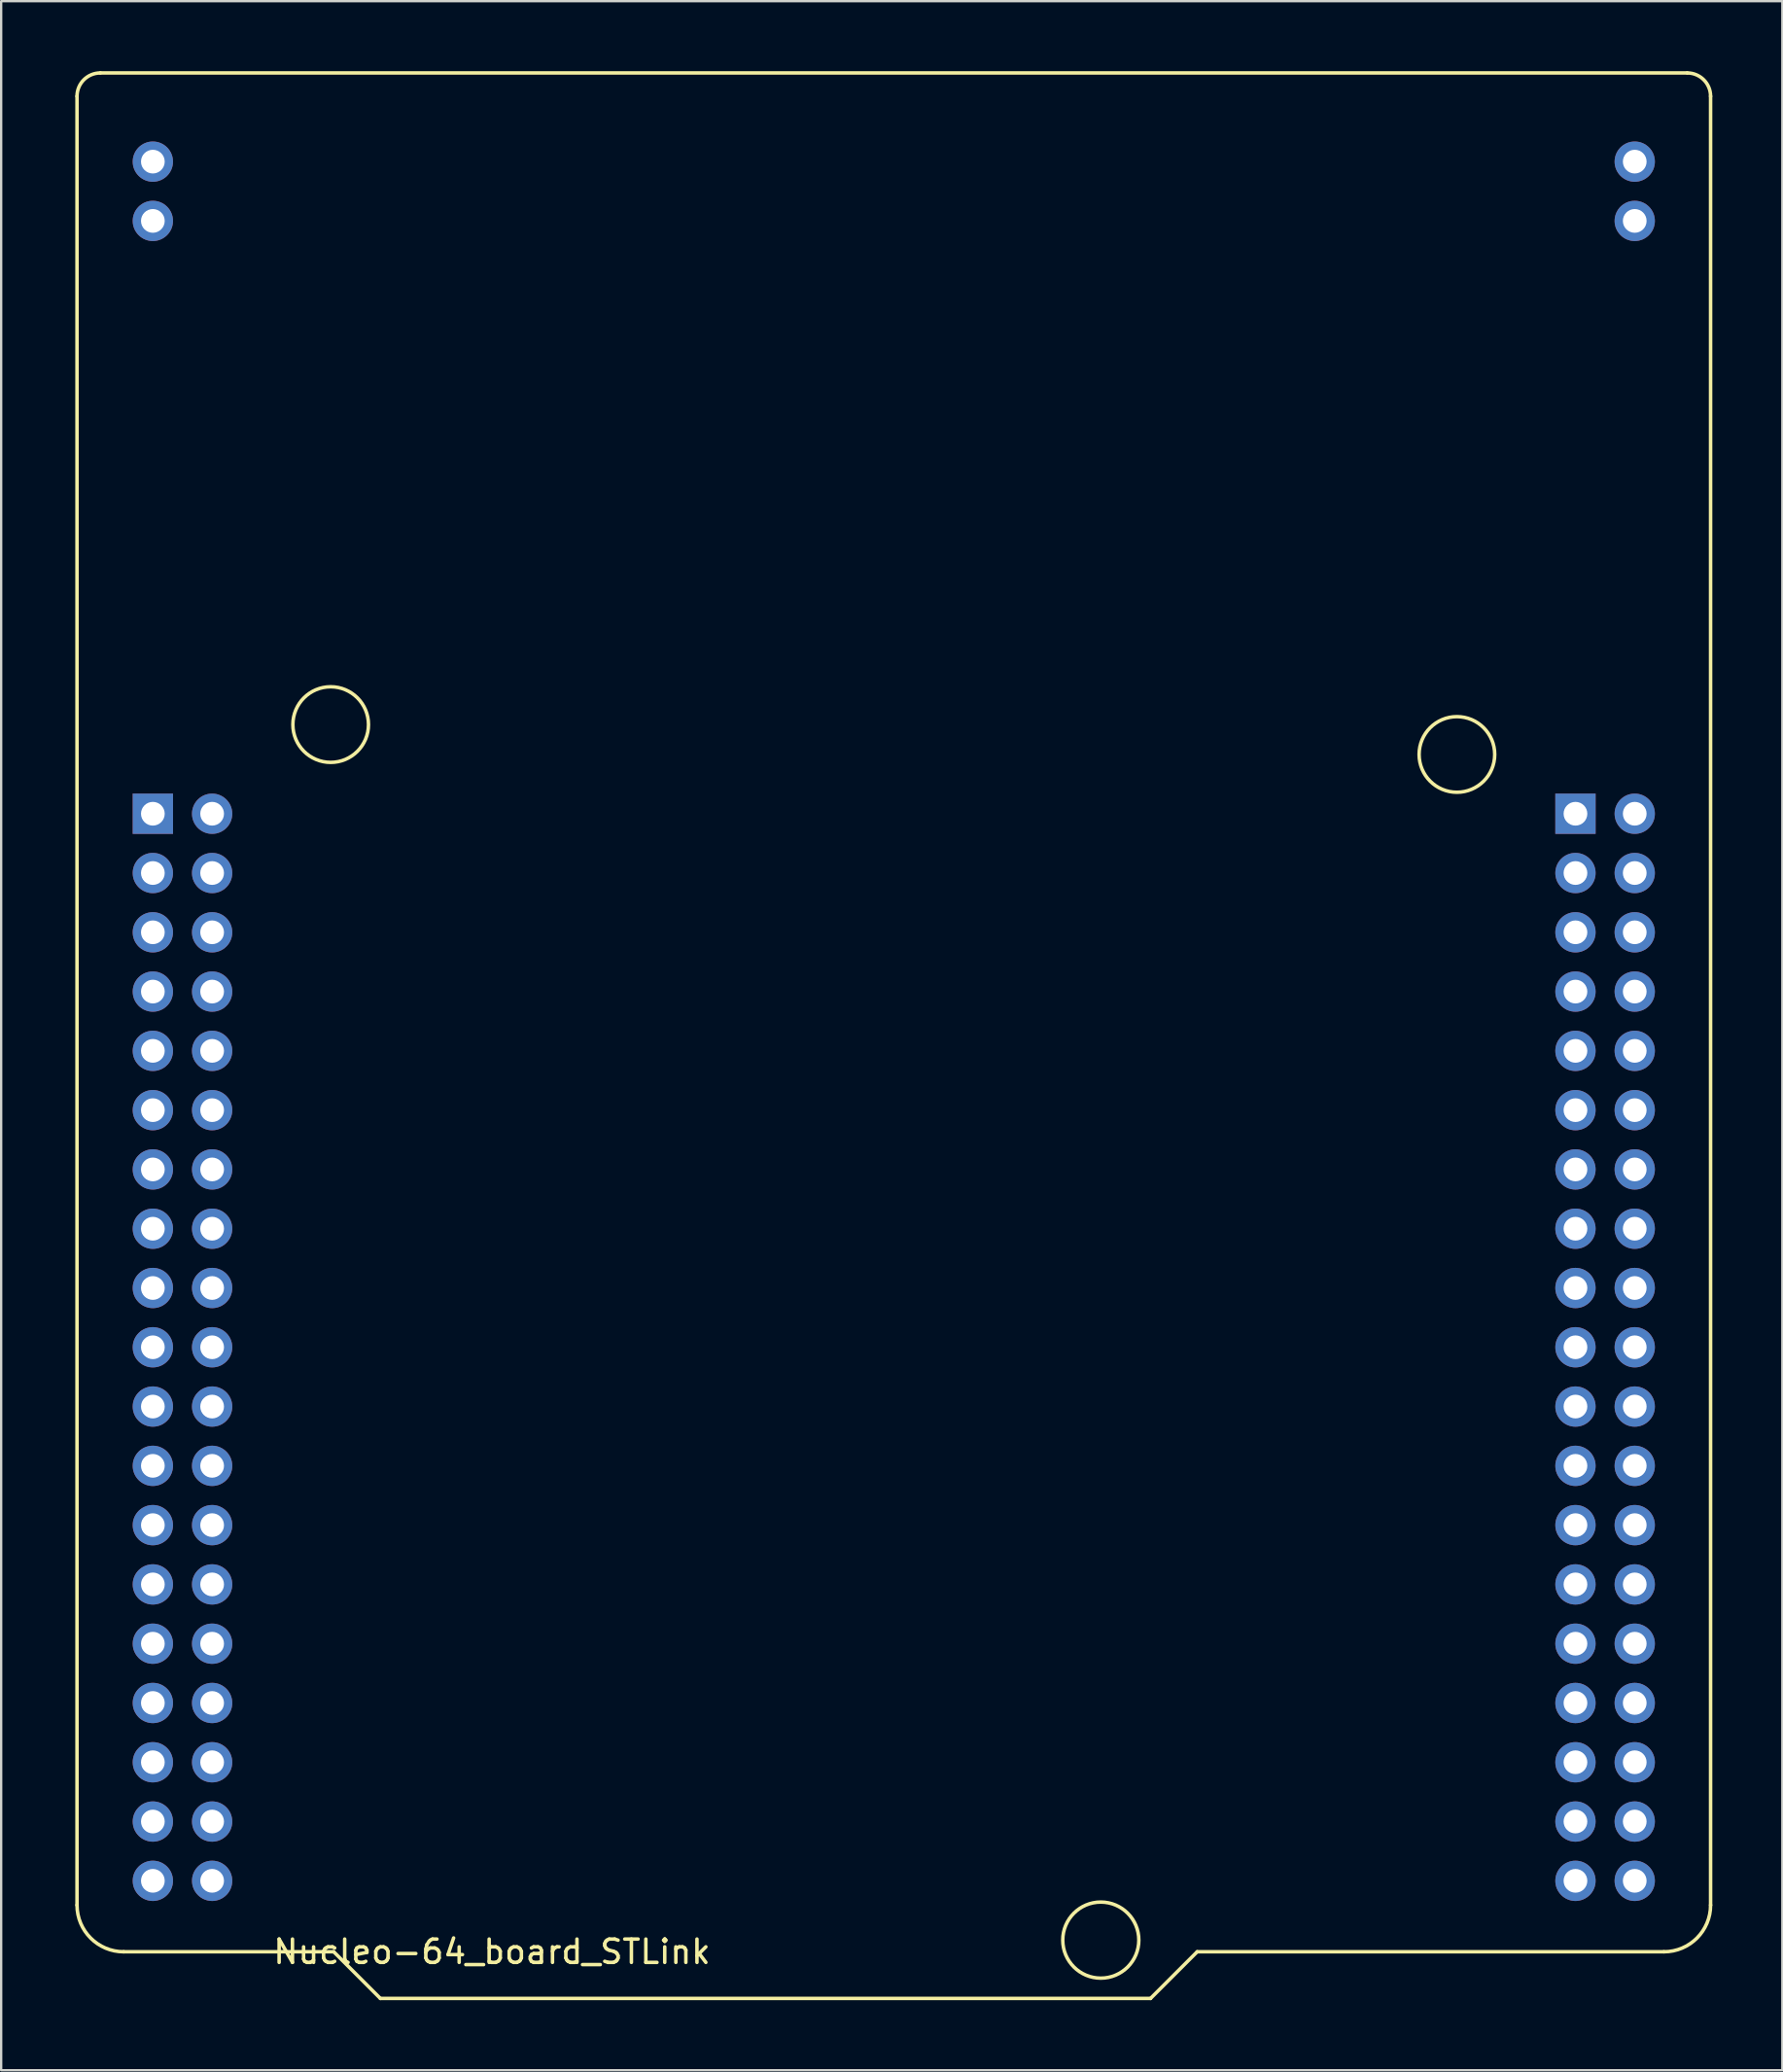
<source format=kicad_pcb>
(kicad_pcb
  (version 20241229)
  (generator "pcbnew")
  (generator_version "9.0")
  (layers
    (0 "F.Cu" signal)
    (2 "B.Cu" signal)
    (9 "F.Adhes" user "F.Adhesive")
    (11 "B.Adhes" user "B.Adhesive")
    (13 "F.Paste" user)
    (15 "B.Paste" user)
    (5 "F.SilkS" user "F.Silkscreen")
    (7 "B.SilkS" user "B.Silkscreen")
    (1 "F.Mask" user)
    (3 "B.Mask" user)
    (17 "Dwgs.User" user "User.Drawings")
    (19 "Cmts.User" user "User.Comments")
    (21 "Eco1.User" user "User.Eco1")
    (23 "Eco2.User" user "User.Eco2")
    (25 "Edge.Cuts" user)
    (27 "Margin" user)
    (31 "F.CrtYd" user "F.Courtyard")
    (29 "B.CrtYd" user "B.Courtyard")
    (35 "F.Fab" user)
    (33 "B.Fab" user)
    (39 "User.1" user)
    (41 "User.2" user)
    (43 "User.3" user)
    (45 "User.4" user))
  (footprint "Nucleo-64_board_STLink"
    (layer "F.Cu")
    (at 0.25 80.575)
    (property "Reference" "Nucleo-64_board_STLink" (at 17.78 0 0) (layer "F.SilkS") (effects (font (size 1 1) (thickness 0.15))))
    (attr through_hole)
    (fp_line (start 0 -2) (end 0 -79.5) (stroke (width 0.15) (type solid)) (layer "F.SilkS"))
    (fp_line (start 1 -80.5) (end 69 -80.5) (stroke (width 0.15) (type solid)) (layer "F.SilkS"))
    (fp_line (start 2 0) (end 11 0) (stroke (width 0.15) (type solid)) (layer "F.SilkS"))
    (fp_line (start 11 0) (end 13 2) (stroke (width 0.15) (type solid)) (layer "F.SilkS"))
    (fp_line (start 13 2) (end 46 2) (stroke (width 0.15) (type solid)) (layer "F.SilkS"))
    (fp_line (start 46 2) (end 48 0) (stroke (width 0.15) (type solid)) (layer "F.SilkS"))
    (fp_line (start 48 0) (end 68 0) (stroke (width 0.15) (type solid)) (layer "F.SilkS"))
    (fp_line (start 70 -2) (end 70 -79.5) (stroke (width 0.15) (type solid)) (layer "F.SilkS"))
    (fp_arc (start 0 -79.5) (mid 0.292893 -80.207107) (end 1 -80.5) (stroke (width 0.15) (type solid)) (layer "F.SilkS"))
    (fp_arc (start 2 0) (mid 0.585786 -0.585786) (end 0 -2) (stroke (width 0.15) (type solid)) (layer "F.SilkS"))
    (fp_arc (start 69 -80.5) (mid 69.707107 -80.207107) (end 70 -79.5) (stroke (width 0.15) (type solid)) (layer "F.SilkS"))
    (fp_arc (start 70 -2) (mid 69.414214 -0.585786) (end 68 0) (stroke (width 0.15) (type solid)) (layer "F.SilkS"))
    (fp_circle (center 10.87 -52.58) (end 12.49 -52.58) (stroke (width 0.15) (type solid)) (fill no) (layer "F.SilkS"))
    (fp_circle (center 43.87 -0.5) (end 45.5 -0.5) (stroke (width 0.15) (type solid)) (fill no) (layer "F.SilkS"))
    (fp_circle (center 59.13 -51.3) (end 60.75 -51.3) (stroke (width 0.15) (type solid)) (fill no) (layer "F.SilkS"))
    (pad "" thru_hole circle (at 3.25 -76.7) (size 1.727 1.727) (drill 1.016) (layers "*.Cu" "*.Mask"))
    (pad "" thru_hole circle (at 3.25 -74.16) (size 1.727 1.727) (drill 1.016) (layers "*.Cu" "*.Mask"))
    (pad "" thru_hole circle (at 66.75 -76.7) (size 1.727 1.727) (drill 1.016) (layers "*.Cu" "*.Mask"))
    (pad "" thru_hole circle (at 66.75 -74.16) (size 1.727 1.727) (drill 1.016) (layers "*.Cu" "*.Mask"))
    (pad "1" thru_hole rect (at 3.25 -48.76) (size 1.727 1.727) (drill 1.016) (layers "*.Cu" "*.Mask"))
    (pad "2" thru_hole circle (at 5.79 -48.76) (size 1.727 1.727) (drill 1.016) (layers "*.Cu" "*.Mask"))
    (pad "3" thru_hole circle (at 3.25 -46.22) (size 1.727 1.727) (drill 1.016) (layers "*.Cu" "*.Mask"))
    (pad "4" thru_hole circle (at 5.79 -46.22) (size 1.727 1.727) (drill 1.016) (layers "*.Cu" "*.Mask"))
    (pad "5" thru_hole circle (at 3.25 -43.68) (size 1.727 1.727) (drill 1.016) (layers "*.Cu" "*.Mask"))
    (pad "6" thru_hole circle (at 5.79 -43.68) (size 1.727 1.727) (drill 1.016) (layers "*.Cu" "*.Mask"))
    (pad "7" thru_hole circle (at 3.25 -41.14) (size 1.727 1.727) (drill 1.016) (layers "*.Cu" "*.Mask"))
    (pad "8" thru_hole circle (at 5.79 -41.14) (size 1.727 1.727) (drill 1.016) (layers "*.Cu" "*.Mask"))
    (pad "9" thru_hole circle (at 3.25 -38.6) (size 1.727 1.727) (drill 1.016) (layers "*.Cu" "*.Mask"))
    (pad "10" thru_hole circle (at 5.79 -38.6) (size 1.727 1.727) (drill 1.016) (layers "*.Cu" "*.Mask"))
    (pad "11" thru_hole circle (at 3.25 -36.06) (size 1.727 1.727) (drill 1.016) (layers "*.Cu" "*.Mask"))
    (pad "12" thru_hole circle (at 5.79 -36.06) (size 1.727 1.727) (drill 1.016) (layers "*.Cu" "*.Mask"))
    (pad "13" thru_hole circle (at 3.25 -33.52) (size 1.727 1.727) (drill 1.016) (layers "*.Cu" "*.Mask"))
    (pad "14" thru_hole circle (at 5.79 -33.52) (size 1.727 1.727) (drill 1.016) (layers "*.Cu" "*.Mask"))
    (pad "15" thru_hole circle (at 3.25 -30.98) (size 1.727 1.727) (drill 1.016) (layers "*.Cu" "*.Mask"))
    (pad "16" thru_hole circle (at 5.79 -30.98) (size 1.727 1.727) (drill 1.016) (layers "*.Cu" "*.Mask"))
    (pad "17" thru_hole circle (at 3.25 -28.44) (size 1.727 1.727) (drill 1.016) (layers "*.Cu" "*.Mask"))
    (pad "18" thru_hole circle (at 5.79 -28.44) (size 1.727 1.727) (drill 1.016) (layers "*.Cu" "*.Mask"))
    (pad "19" thru_hole circle (at 3.25 -25.9) (size 1.727 1.727) (drill 1.016) (layers "*.Cu" "*.Mask"))
    (pad "20" thru_hole circle (at 5.79 -25.9) (size 1.727 1.727) (drill 1.016) (layers "*.Cu" "*.Mask"))
    (pad "21" thru_hole circle (at 3.25 -23.36) (size 1.727 1.727) (drill 1.016) (layers "*.Cu" "*.Mask"))
    (pad "22" thru_hole circle (at 5.79 -23.36) (size 1.727 1.727) (drill 1.016) (layers "*.Cu" "*.Mask"))
    (pad "23" thru_hole circle (at 3.25 -20.82) (size 1.727 1.727) (drill 1.016) (layers "*.Cu" "*.Mask"))
    (pad "24" thru_hole circle (at 5.79 -20.82) (size 1.727 1.727) (drill 1.016) (layers "*.Cu" "*.Mask"))
    (pad "25" thru_hole circle (at 3.25 -18.28) (size 1.727 1.727) (drill 1.016) (layers "*.Cu" "*.Mask"))
    (pad "26" thru_hole circle (at 5.79 -18.28) (size 1.727 1.727) (drill 1.016) (layers "*.Cu" "*.Mask"))
    (pad "27" thru_hole circle (at 3.25 -15.74) (size 1.727 1.727) (drill 1.016) (layers "*.Cu" "*.Mask"))
    (pad "28" thru_hole circle (at 5.79 -15.74) (size 1.727 1.727) (drill 1.016) (layers "*.Cu" "*.Mask"))
    (pad "29" thru_hole circle (at 3.25 -13.2) (size 1.727 1.727) (drill 1.016) (layers "*.Cu" "*.Mask"))
    (pad "30" thru_hole circle (at 5.79 -13.2) (size 1.727 1.727) (drill 1.016) (layers "*.Cu" "*.Mask"))
    (pad "31" thru_hole circle (at 3.25 -10.66) (size 1.727 1.727) (drill 1.016) (layers "*.Cu" "*.Mask"))
    (pad "32" thru_hole circle (at 5.79 -10.66) (size 1.727 1.727) (drill 1.016) (layers "*.Cu" "*.Mask"))
    (pad "33" thru_hole circle (at 3.25 -8.12) (size 1.727 1.727) (drill 1.016) (layers "*.Cu" "*.Mask"))
    (pad "34" thru_hole circle (at 5.79 -8.12) (size 1.727 1.727) (drill 1.016) (layers "*.Cu" "*.Mask"))
    (pad "35" thru_hole circle (at 3.25 -5.58) (size 1.727 1.727) (drill 1.016) (layers "*.Cu" "*.Mask"))
    (pad "36" thru_hole circle (at 5.79 -5.58) (size 1.727 1.727) (drill 1.016) (layers "*.Cu" "*.Mask"))
    (pad "37" thru_hole circle (at 3.25 -3.04) (size 1.727 1.727) (drill 1.016) (layers "*.Cu" "*.Mask"))
    (pad "38" thru_hole circle (at 5.79 -3.04) (size 1.727 1.727) (drill 1.016) (layers "*.Cu" "*.Mask"))
    (pad "39" thru_hole rect (at 64.21 -48.76) (size 1.727 1.727) (drill 1.016) (layers "*.Cu" "*.Mask"))
    (pad "40" thru_hole circle (at 66.75 -48.76) (size 1.727 1.727) (drill 1.016) (layers "*.Cu" "*.Mask"))
    (pad "41" thru_hole circle (at 64.21 -46.22) (size 1.727 1.727) (drill 1.016) (layers "*.Cu" "*.Mask"))
    (pad "42" thru_hole circle (at 66.75 -46.22) (size 1.727 1.727) (drill 1.016) (layers "*.Cu" "*.Mask"))
    (pad "43" thru_hole circle (at 64.21 -43.68) (size 1.727 1.727) (drill 1.016) (layers "*.Cu" "*.Mask"))
    (pad "44" thru_hole circle (at 66.75 -43.68) (size 1.727 1.727) (drill 1.016) (layers "*.Cu" "*.Mask"))
    (pad "45" thru_hole circle (at 64.21 -41.14) (size 1.727 1.727) (drill 1.016) (layers "*.Cu" "*.Mask"))
    (pad "46" thru_hole circle (at 66.75 -41.14) (size 1.727 1.727) (drill 1.016) (layers "*.Cu" "*.Mask"))
    (pad "47" thru_hole circle (at 64.21 -38.6) (size 1.727 1.727) (drill 1.016) (layers "*.Cu" "*.Mask"))
    (pad "48" thru_hole circle (at 66.75 -38.6) (size 1.727 1.727) (drill 1.016) (layers "*.Cu" "*.Mask"))
    (pad "49" thru_hole circle (at 64.21 -36.06) (size 1.727 1.727) (drill 1.016) (layers "*.Cu" "*.Mask"))
    (pad "50" thru_hole circle (at 66.75 -36.06) (size 1.727 1.727) (drill 1.016) (layers "*.Cu" "*.Mask"))
    (pad "51" thru_hole circle (at 64.21 -33.52) (size 1.727 1.727) (drill 1.016) (layers "*.Cu" "*.Mask"))
    (pad "52" thru_hole circle (at 66.75 -33.52) (size 1.727 1.727) (drill 1.016) (layers "*.Cu" "*.Mask"))
    (pad "53" thru_hole circle (at 64.21 -30.98) (size 1.727 1.727) (drill 1.016) (layers "*.Cu" "*.Mask"))
    (pad "54" thru_hole circle (at 66.75 -30.98) (size 1.727 1.727) (drill 1.016) (layers "*.Cu" "*.Mask"))
    (pad "55" thru_hole circle (at 64.21 -28.44) (size 1.727 1.727) (drill 1.016) (layers "*.Cu" "*.Mask"))
    (pad "56" thru_hole circle (at 66.75 -28.44) (size 1.727 1.727) (drill 1.016) (layers "*.Cu" "*.Mask"))
    (pad "57" thru_hole circle (at 64.21 -25.9) (size 1.727 1.727) (drill 1.016) (layers "*.Cu" "*.Mask"))
    (pad "58" thru_hole circle (at 66.75 -25.9) (size 1.727 1.727) (drill 1.016) (layers "*.Cu" "*.Mask"))
    (pad "59" thru_hole circle (at 64.21 -23.36) (size 1.727 1.727) (drill 1.016) (layers "*.Cu" "*.Mask"))
    (pad "60" thru_hole circle (at 66.75 -23.36) (size 1.727 1.727) (drill 1.016) (layers "*.Cu" "*.Mask"))
    (pad "61" thru_hole circle (at 64.21 -20.82) (size 1.727 1.727) (drill 1.016) (layers "*.Cu" "*.Mask"))
    (pad "62" thru_hole circle (at 66.75 -20.82) (size 1.727 1.727) (drill 1.016) (layers "*.Cu" "*.Mask"))
    (pad "63" thru_hole circle (at 64.21 -18.28) (size 1.727 1.727) (drill 1.016) (layers "*.Cu" "*.Mask"))
    (pad "64" thru_hole circle (at 66.75 -18.28) (size 1.727 1.727) (drill 1.016) (layers "*.Cu" "*.Mask"))
    (pad "65" thru_hole circle (at 64.21 -15.74) (size 1.727 1.727) (drill 1.016) (layers "*.Cu" "*.Mask"))
    (pad "66" thru_hole circle (at 66.75 -15.74) (size 1.727 1.727) (drill 1.016) (layers "*.Cu" "*.Mask"))
    (pad "67" thru_hole circle (at 64.21 -13.2) (size 1.727 1.727) (drill 1.016) (layers "*.Cu" "*.Mask"))
    (pad "68" thru_hole circle (at 66.75 -13.2) (size 1.727 1.727) (drill 1.016) (layers "*.Cu" "*.Mask"))
    (pad "69" thru_hole circle (at 64.21 -10.66) (size 1.727 1.727) (drill 1.016) (layers "*.Cu" "*.Mask"))
    (pad "70" thru_hole circle (at 66.75 -10.66) (size 1.727 1.727) (drill 1.016) (layers "*.Cu" "*.Mask"))
    (pad "71" thru_hole circle (at 64.21 -8.12) (size 1.727 1.727) (drill 1.016) (layers "*.Cu" "*.Mask"))
    (pad "72" thru_hole circle (at 66.75 -8.12) (size 1.727 1.727) (drill 1.016) (layers "*.Cu" "*.Mask"))
    (pad "73" thru_hole circle (at 64.21 -5.58) (size 1.727 1.727) (drill 1.016) (layers "*.Cu" "*.Mask"))
    (pad "74" thru_hole circle (at 66.75 -5.58) (size 1.727 1.727) (drill 1.016) (layers "*.Cu" "*.Mask"))
    (pad "75" thru_hole circle (at 64.21 -3.04) (size 1.727 1.727) (drill 1.016) (layers "*.Cu" "*.Mask"))
    (pad "76" thru_hole circle (at 66.75 -3.04) (size 1.727 1.727) (drill 1.016) (layers "*.Cu" "*.Mask")))
  (gr_rect
    (start -3 -3)
    (end 73.325 85.65)
    (stroke (width 0.1) (type default))
    (fill no)
    (layer "Edge.Cuts")))
</source>
